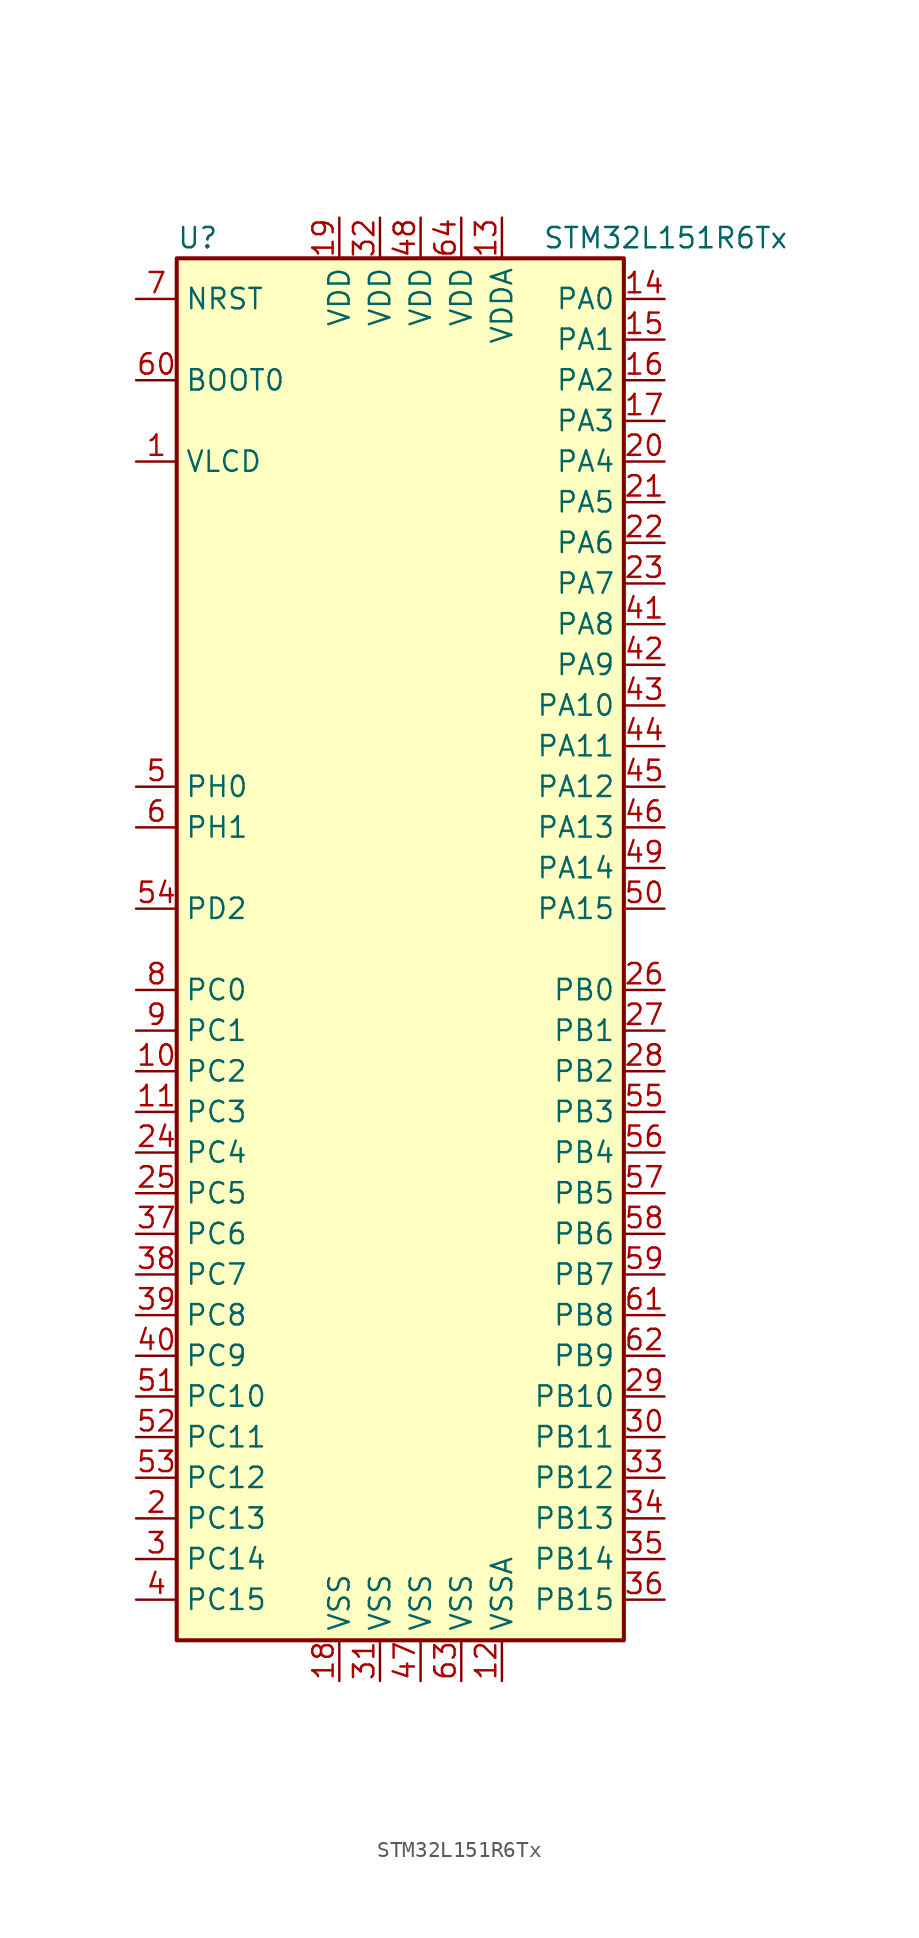
<source format=kicad_sym>
(kicad_symbol_lib
  (version 20201005)
  (generator kicad_symbol_editor)
  (symbol "STM32L151R6Tx"
    (property "Reference" "U"
      (at -15.24 44.45 0)
      (effects (font (size 1.27 1.27)) (justify left)))
    (property "Value" "STM32L151R6Tx"
      (at 7.62 44.45 0)
      (effects (font (size 1.27 1.27)) (justify left)))
    (symbol "STM32L151R6Tx_0_1"
      (rectangle (start -15.24 -43.18) (end 12.7 43.18) (stroke (width 0.254)) (fill (type background))))
    (symbol "STM32L151R6Tx_1_1"
      (pin power_in line (at -17.78 30.48 0) (length 2.54) (name "VLCD" (effects (font (size 1.27 1.27)))) (number "1" (effects (font (size 1.27 1.27)))))
      (pin bidirectional line (at -17.78 -7.62 0) (length 2.54) (name "PC2" (effects (font (size 1.27 1.27)))) (number "10" (effects (font (size 1.27 1.27)))))
      (pin bidirectional line (at -17.78 -10.16 0) (length 2.54) (name "PC3" (effects (font (size 1.27 1.27)))) (number "11" (effects (font (size 1.27 1.27)))))
      (pin power_in line (at 5.08 -45.72 90) (length 2.54) (name "VSSA" (effects (font (size 1.27 1.27)))) (number "12" (effects (font (size 1.27 1.27)))))
      (pin power_in line (at 5.08 45.72 270) (length 2.54) (name "VDDA" (effects (font (size 1.27 1.27)))) (number "13" (effects (font (size 1.27 1.27)))))
      (pin bidirectional line (at 15.24 40.64 180) (length 2.54) (name "PA0" (effects (font (size 1.27 1.27)))) (number "14" (effects (font (size 1.27 1.27)))))
      (pin bidirectional line (at 15.24 38.1 180) (length 2.54) (name "PA1" (effects (font (size 1.27 1.27)))) (number "15" (effects (font (size 1.27 1.27)))))
      (pin bidirectional line (at 15.24 35.56 180) (length 2.54) (name "PA2" (effects (font (size 1.27 1.27)))) (number "16" (effects (font (size 1.27 1.27)))))
      (pin bidirectional line (at 15.24 33.02 180) (length 2.54) (name "PA3" (effects (font (size 1.27 1.27)))) (number "17" (effects (font (size 1.27 1.27)))))
      (pin power_in line (at -5.08 -45.72 90) (length 2.54) (name "VSS" (effects (font (size 1.27 1.27)))) (number "18" (effects (font (size 1.27 1.27)))))
      (pin power_in line (at -5.08 45.72 270) (length 2.54) (name "VDD" (effects (font (size 1.27 1.27)))) (number "19" (effects (font (size 1.27 1.27)))))
      (pin bidirectional line (at -17.78 -35.56 0) (length 2.54) (name "PC13" (effects (font (size 1.27 1.27)))) (number "2" (effects (font (size 1.27 1.27)))))
      (pin bidirectional line (at 15.24 30.48 180) (length 2.54) (name "PA4" (effects (font (size 1.27 1.27)))) (number "20" (effects (font (size 1.27 1.27)))))
      (pin bidirectional line (at 15.24 27.94 180) (length 2.54) (name "PA5" (effects (font (size 1.27 1.27)))) (number "21" (effects (font (size 1.27 1.27)))))
      (pin bidirectional line (at 15.24 25.4 180) (length 2.54) (name "PA6" (effects (font (size 1.27 1.27)))) (number "22" (effects (font (size 1.27 1.27)))))
      (pin bidirectional line (at 15.24 22.86 180) (length 2.54) (name "PA7" (effects (font (size 1.27 1.27)))) (number "23" (effects (font (size 1.27 1.27)))))
      (pin bidirectional line (at -17.78 -12.7 0) (length 2.54) (name "PC4" (effects (font (size 1.27 1.27)))) (number "24" (effects (font (size 1.27 1.27)))))
      (pin bidirectional line (at -17.78 -15.24 0) (length 2.54) (name "PC5" (effects (font (size 1.27 1.27)))) (number "25" (effects (font (size 1.27 1.27)))))
      (pin bidirectional line (at 15.24 -2.54 180) (length 2.54) (name "PB0" (effects (font (size 1.27 1.27)))) (number "26" (effects (font (size 1.27 1.27)))))
      (pin bidirectional line (at 15.24 -5.08 180) (length 2.54) (name "PB1" (effects (font (size 1.27 1.27)))) (number "27" (effects (font (size 1.27 1.27)))))
      (pin bidirectional line (at 15.24 -7.62 180) (length 2.54) (name "PB2" (effects (font (size 1.27 1.27)))) (number "28" (effects (font (size 1.27 1.27)))))
      (pin bidirectional line (at 15.24 -27.94 180) (length 2.54) (name "PB10" (effects (font (size 1.27 1.27)))) (number "29" (effects (font (size 1.27 1.27)))))
      (pin bidirectional line (at -17.78 -38.1 0) (length 2.54) (name "PC14" (effects (font (size 1.27 1.27)))) (number "3" (effects (font (size 1.27 1.27)))))
      (pin bidirectional line (at 15.24 -30.48 180) (length 2.54) (name "PB11" (effects (font (size 1.27 1.27)))) (number "30" (effects (font (size 1.27 1.27)))))
      (pin power_in line (at -2.54 -45.72 90) (length 2.54) (name "VSS" (effects (font (size 1.27 1.27)))) (number "31" (effects (font (size 1.27 1.27)))))
      (pin power_in line (at -2.54 45.72 270) (length 2.54) (name "VDD" (effects (font (size 1.27 1.27)))) (number "32" (effects (font (size 1.27 1.27)))))
      (pin bidirectional line (at 15.24 -33.02 180) (length 2.54) (name "PB12" (effects (font (size 1.27 1.27)))) (number "33" (effects (font (size 1.27 1.27)))))
      (pin bidirectional line (at 15.24 -35.56 180) (length 2.54) (name "PB13" (effects (font (size 1.27 1.27)))) (number "34" (effects (font (size 1.27 1.27)))))
      (pin bidirectional line (at 15.24 -38.1 180) (length 2.54) (name "PB14" (effects (font (size 1.27 1.27)))) (number "35" (effects (font (size 1.27 1.27)))))
      (pin bidirectional line (at 15.24 -40.64 180) (length 2.54) (name "PB15" (effects (font (size 1.27 1.27)))) (number "36" (effects (font (size 1.27 1.27)))))
      (pin bidirectional line (at -17.78 -17.78 0) (length 2.54) (name "PC6" (effects (font (size 1.27 1.27)))) (number "37" (effects (font (size 1.27 1.27)))))
      (pin bidirectional line (at -17.78 -20.32 0) (length 2.54) (name "PC7" (effects (font (size 1.27 1.27)))) (number "38" (effects (font (size 1.27 1.27)))))
      (pin bidirectional line (at -17.78 -22.86 0) (length 2.54) (name "PC8" (effects (font (size 1.27 1.27)))) (number "39" (effects (font (size 1.27 1.27)))))
      (pin bidirectional line (at -17.78 -40.64 0) (length 2.54) (name "PC15" (effects (font (size 1.27 1.27)))) (number "4" (effects (font (size 1.27 1.27)))))
      (pin bidirectional line (at -17.78 -25.4 0) (length 2.54) (name "PC9" (effects (font (size 1.27 1.27)))) (number "40" (effects (font (size 1.27 1.27)))))
      (pin bidirectional line (at 15.24 20.32 180) (length 2.54) (name "PA8" (effects (font (size 1.27 1.27)))) (number "41" (effects (font (size 1.27 1.27)))))
      (pin bidirectional line (at 15.24 17.78 180) (length 2.54) (name "PA9" (effects (font (size 1.27 1.27)))) (number "42" (effects (font (size 1.27 1.27)))))
      (pin bidirectional line (at 15.24 15.24 180) (length 2.54) (name "PA10" (effects (font (size 1.27 1.27)))) (number "43" (effects (font (size 1.27 1.27)))))
      (pin bidirectional line (at 15.24 12.7 180) (length 2.54) (name "PA11" (effects (font (size 1.27 1.27)))) (number "44" (effects (font (size 1.27 1.27)))))
      (pin bidirectional line (at 15.24 10.16 180) (length 2.54) (name "PA12" (effects (font (size 1.27 1.27)))) (number "45" (effects (font (size 1.27 1.27)))))
      (pin bidirectional line (at 15.24 7.62 180) (length 2.54) (name "PA13" (effects (font (size 1.27 1.27)))) (number "46" (effects (font (size 1.27 1.27)))))
      (pin power_in line (at 0 -45.72 90) (length 2.54) (name "VSS" (effects (font (size 1.27 1.27)))) (number "47" (effects (font (size 1.27 1.27)))))
      (pin power_in line (at 0 45.72 270) (length 2.54) (name "VDD" (effects (font (size 1.27 1.27)))) (number "48" (effects (font (size 1.27 1.27)))))
      (pin bidirectional line (at 15.24 5.08 180) (length 2.54) (name "PA14" (effects (font (size 1.27 1.27)))) (number "49" (effects (font (size 1.27 1.27)))))
      (pin input line (at -17.78 10.16 0) (length 2.54) (name "PH0" (effects (font (size 1.27 1.27)))) (number "5" (effects (font (size 1.27 1.27)))))
      (pin bidirectional line (at 15.24 2.54 180) (length 2.54) (name "PA15" (effects (font (size 1.27 1.27)))) (number "50" (effects (font (size 1.27 1.27)))))
      (pin bidirectional line (at -17.78 -27.94 0) (length 2.54) (name "PC10" (effects (font (size 1.27 1.27)))) (number "51" (effects (font (size 1.27 1.27)))))
      (pin bidirectional line (at -17.78 -30.48 0) (length 2.54) (name "PC11" (effects (font (size 1.27 1.27)))) (number "52" (effects (font (size 1.27 1.27)))))
      (pin bidirectional line (at -17.78 -33.02 0) (length 2.54) (name "PC12" (effects (font (size 1.27 1.27)))) (number "53" (effects (font (size 1.27 1.27)))))
      (pin bidirectional line (at -17.78 2.54 0) (length 2.54) (name "PD2" (effects (font (size 1.27 1.27)))) (number "54" (effects (font (size 1.27 1.27)))))
      (pin bidirectional line (at 15.24 -10.16 180) (length 2.54) (name "PB3" (effects (font (size 1.27 1.27)))) (number "55" (effects (font (size 1.27 1.27)))))
      (pin bidirectional line (at 15.24 -12.7 180) (length 2.54) (name "PB4" (effects (font (size 1.27 1.27)))) (number "56" (effects (font (size 1.27 1.27)))))
      (pin bidirectional line (at 15.24 -15.24 180) (length 2.54) (name "PB5" (effects (font (size 1.27 1.27)))) (number "57" (effects (font (size 1.27 1.27)))))
      (pin bidirectional line (at 15.24 -17.78 180) (length 2.54) (name "PB6" (effects (font (size 1.27 1.27)))) (number "58" (effects (font (size 1.27 1.27)))))
      (pin bidirectional line (at 15.24 -20.32 180) (length 2.54) (name "PB7" (effects (font (size 1.27 1.27)))) (number "59" (effects (font (size 1.27 1.27)))))
      (pin input line (at -17.78 7.62 0) (length 2.54) (name "PH1" (effects (font (size 1.27 1.27)))) (number "6" (effects (font (size 1.27 1.27)))))
      (pin input line (at -17.78 35.56 0) (length 2.54) (name "BOOT0" (effects (font (size 1.27 1.27)))) (number "60" (effects (font (size 1.27 1.27)))))
      (pin bidirectional line (at 15.24 -22.86 180) (length 2.54) (name "PB8" (effects (font (size 1.27 1.27)))) (number "61" (effects (font (size 1.27 1.27)))))
      (pin bidirectional line (at 15.24 -25.4 180) (length 2.54) (name "PB9" (effects (font (size 1.27 1.27)))) (number "62" (effects (font (size 1.27 1.27)))))
      (pin power_in line (at 2.54 -45.72 90) (length 2.54) (name "VSS" (effects (font (size 1.27 1.27)))) (number "63" (effects (font (size 1.27 1.27)))))
      (pin power_in line (at 2.54 45.72 270) (length 2.54) (name "VDD" (effects (font (size 1.27 1.27)))) (number "64" (effects (font (size 1.27 1.27)))))
      (pin input line (at -17.78 40.64 0) (length 2.54) (name "NRST" (effects (font (size 1.27 1.27)))) (number "7" (effects (font (size 1.27 1.27)))))
      (pin bidirectional line (at -17.78 -2.54 0) (length 2.54) (name "PC0" (effects (font (size 1.27 1.27)))) (number "8" (effects (font (size 1.27 1.27)))))
      (pin bidirectional line (at -17.78 -5.08 0) (length 2.54) (name "PC1" (effects (font (size 1.27 1.27)))) (number "9" (effects (font (size 1.27 1.27))))))))
</source>
